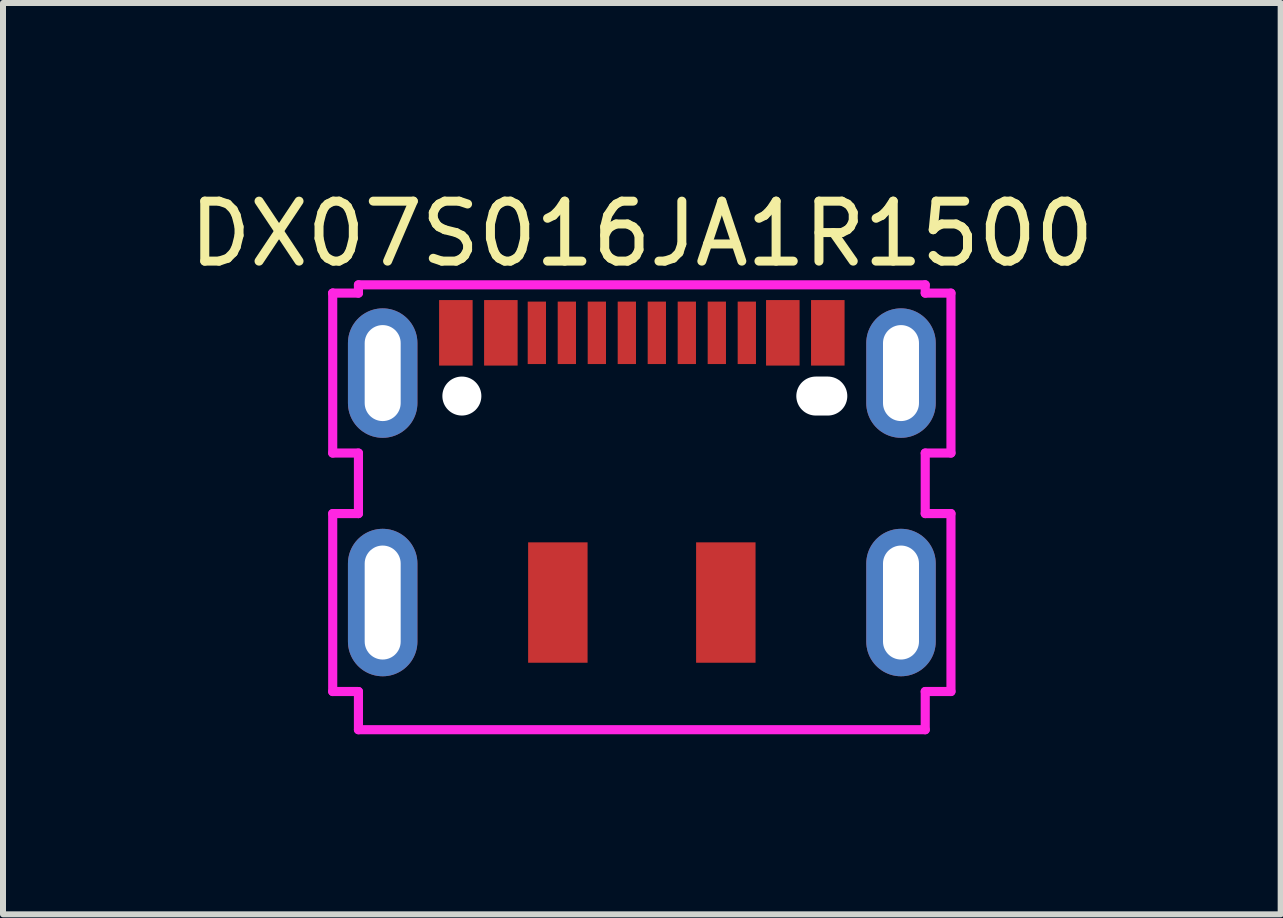
<source format=kicad_pcb>
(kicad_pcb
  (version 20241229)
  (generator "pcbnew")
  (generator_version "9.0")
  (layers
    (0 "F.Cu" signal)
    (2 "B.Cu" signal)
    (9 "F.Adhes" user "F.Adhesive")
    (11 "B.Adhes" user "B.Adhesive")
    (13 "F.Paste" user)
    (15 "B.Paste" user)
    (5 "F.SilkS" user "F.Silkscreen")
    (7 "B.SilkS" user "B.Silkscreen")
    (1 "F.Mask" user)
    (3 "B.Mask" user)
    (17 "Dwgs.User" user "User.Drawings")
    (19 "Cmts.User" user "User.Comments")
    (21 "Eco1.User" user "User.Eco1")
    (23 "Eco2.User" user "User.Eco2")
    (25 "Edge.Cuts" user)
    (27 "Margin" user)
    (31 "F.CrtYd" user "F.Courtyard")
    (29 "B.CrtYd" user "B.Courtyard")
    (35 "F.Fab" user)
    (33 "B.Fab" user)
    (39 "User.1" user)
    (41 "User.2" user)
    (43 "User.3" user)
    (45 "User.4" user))
  (footprint "DX07S016JA1R1500"
    (layer "F.Cu")
    (at 4.549 2.498)
    (property "Reference" "DX07S016JA1R1500" (at 3.1 -1.65 0) (layer "F.SilkS") (effects (font (size 1 1) (thickness 0.15))))
    (attr smd)
    (fp_line (start -2.053 -0.662) (end -2.053 -0.662) (stroke (width 0.152) (type solid)) (layer "F.CrtYd"))
    (fp_line (start -2.053 -0.662) (end -2.053 2.004) (stroke (width 0.152) (type solid)) (layer "F.CrtYd"))
    (fp_line (start -2.053 2.004) (end -1.624 2.004) (stroke (width 0.152) (type solid)) (layer "F.CrtYd"))
    (fp_line (start -2.053 3.013) (end -2.053 5.979) (stroke (width 0.152) (type solid)) (layer "F.CrtYd"))
    (fp_line (start -2.053 5.979) (end -1.624 5.979) (stroke (width 0.152) (type solid)) (layer "F.CrtYd"))
    (fp_line (start -1.624 -0.8) (end -1.624 -0.662) (stroke (width 0.152) (type solid)) (layer "F.CrtYd"))
    (fp_line (start -1.624 -0.662) (end -2.053 -0.662) (stroke (width 0.152) (type solid)) (layer "F.CrtYd"))
    (fp_line (start -1.624 2.004) (end -1.624 3.013) (stroke (width 0.152) (type solid)) (layer "F.CrtYd"))
    (fp_line (start -1.624 3.013) (end -2.053 3.013) (stroke (width 0.152) (type solid)) (layer "F.CrtYd"))
    (fp_line (start -1.624 5.979) (end -1.624 6.616) (stroke (width 0.152) (type solid)) (layer "F.CrtYd"))
    (fp_line (start -1.624 6.616) (end 7.824 6.616) (stroke (width 0.152) (type solid)) (layer "F.CrtYd"))
    (fp_line (start 7.824 -0.8) (end -1.624 -0.8) (stroke (width 0.152) (type solid)) (layer "F.CrtYd"))
    (fp_line (start 7.824 -0.662) (end 7.824 -0.8) (stroke (width 0.152) (type solid)) (layer "F.CrtYd"))
    (fp_line (start 7.824 2.004) (end 8.253 2.004) (stroke (width 0.152) (type solid)) (layer "F.CrtYd"))
    (fp_line (start 7.824 3.013) (end 7.824 2.004) (stroke (width 0.152) (type solid)) (layer "F.CrtYd"))
    (fp_line (start 7.824 5.979) (end 8.253 5.979) (stroke (width 0.152) (type solid)) (layer "F.CrtYd"))
    (fp_line (start 7.824 6.616) (end 7.824 5.979) (stroke (width 0.152) (type solid)) (layer "F.CrtYd"))
    (fp_line (start 8.253 -0.662) (end 7.824 -0.662) (stroke (width 0.152) (type solid)) (layer "F.CrtYd"))
    (fp_line (start 8.253 2.004) (end 8.253 -0.662) (stroke (width 0.152) (type solid)) (layer "F.CrtYd"))
    (fp_line (start 8.253 3.013) (end 7.824 3.013) (stroke (width 0.152) (type solid)) (layer "F.CrtYd"))
    (fp_line (start 8.253 5.979) (end 8.253 3.013) (stroke (width 0.152) (type solid)) (layer "F.CrtYd"))
    (pad "" thru_hole oval (at -1.22 0.671 90) (size 2.158 1.158) (drill oval 1.6 0.6) (layers "*.Cu" "*.Mask"))
    (pad "" thru_hole oval (at -1.22 4.496 90) (size 2.458 1.158) (drill oval 1.9 0.6) (layers "*.Cu" "*.Mask"))
    (pad "" np_thru_hole circle (at 0.1 1.054) (size 0.65 0.65) (drill 0.65) (layers "*.Cu" "*.Mask"))
    (pad "" smd rect (at 1.7 4.496 90) (size 2.007 0.991) (layers "F.Cu" "F.Mask" "F.Paste"))
    (pad "" smd rect (at 4.5 4.496 90) (size 2.007 0.991) (layers "F.Cu" "F.Mask" "F.Paste"))
    (pad "" np_thru_hole oval (at 6.1 1.054) (size 0.85 0.65) (drill oval 0.85 0.65) (layers "*.Cu" "*.Mask"))
    (pad "" thru_hole oval (at 7.42 0.671 90) (size 2.158 1.158) (drill oval 1.6 0.6) (layers "*.Cu" "*.Mask"))
    (pad "" thru_hole oval (at 7.42 4.496 90) (size 2.458 1.158) (drill oval 1.9 0.6) (layers "*.Cu" "*.Mask"))
    (pad "A1/B12" smd rect (at 0 0) (size 0.559 1.092) (layers "F.Cu" "F.Mask" "F.Paste"))
    (pad "A4/B9" smd rect (at 0.75 0) (size 0.559 1.092) (layers "F.Cu" "F.Mask" "F.Paste"))
    (pad "A5" smd rect (at 1.35 0) (size 0.305 1.041) (layers "F.Cu" "F.Mask" "F.Paste"))
    (pad "A6" smd rect (at 2.85 0) (size 0.305 1.041) (layers "F.Cu" "F.Mask" "F.Paste"))
    (pad "A7" smd rect (at 3.85 0) (size 0.305 1.041) (layers "F.Cu" "F.Mask" "F.Paste"))
    (pad "A8" smd rect (at 4.85 0) (size 0.305 1.041) (layers "F.Cu" "F.Mask" "F.Paste"))
    (pad "A9/B4" smd rect (at 5.45 0) (size 0.559 1.092) (layers "F.Cu" "F.Mask" "F.Paste"))
    (pad "A12/B1" smd rect (at 6.2 0) (size 0.559 1.092) (layers "F.Cu" "F.Mask" "F.Paste"))
    (pad "B5" smd rect (at 4.35 0) (size 0.305 1.041) (layers "F.Cu" "F.Mask" "F.Paste"))
    (pad "B6" smd rect (at 3.35 0) (size 0.305 1.041) (layers "F.Cu" "F.Mask" "F.Paste"))
    (pad "B7" smd rect (at 2.35 0) (size 0.305 1.041) (layers "F.Cu" "F.Mask" "F.Paste"))
    (pad "B8" smd rect (at 1.85 0) (size 0.305 1.041) (layers "F.Cu" "F.Mask" "F.Paste")))
  (gr_rect
    (start -3 -3)
    (end 18.298 12.191)
    (stroke (width 0.1) (type default))
    (fill no)
    (layer "Edge.Cuts")))
</source>
